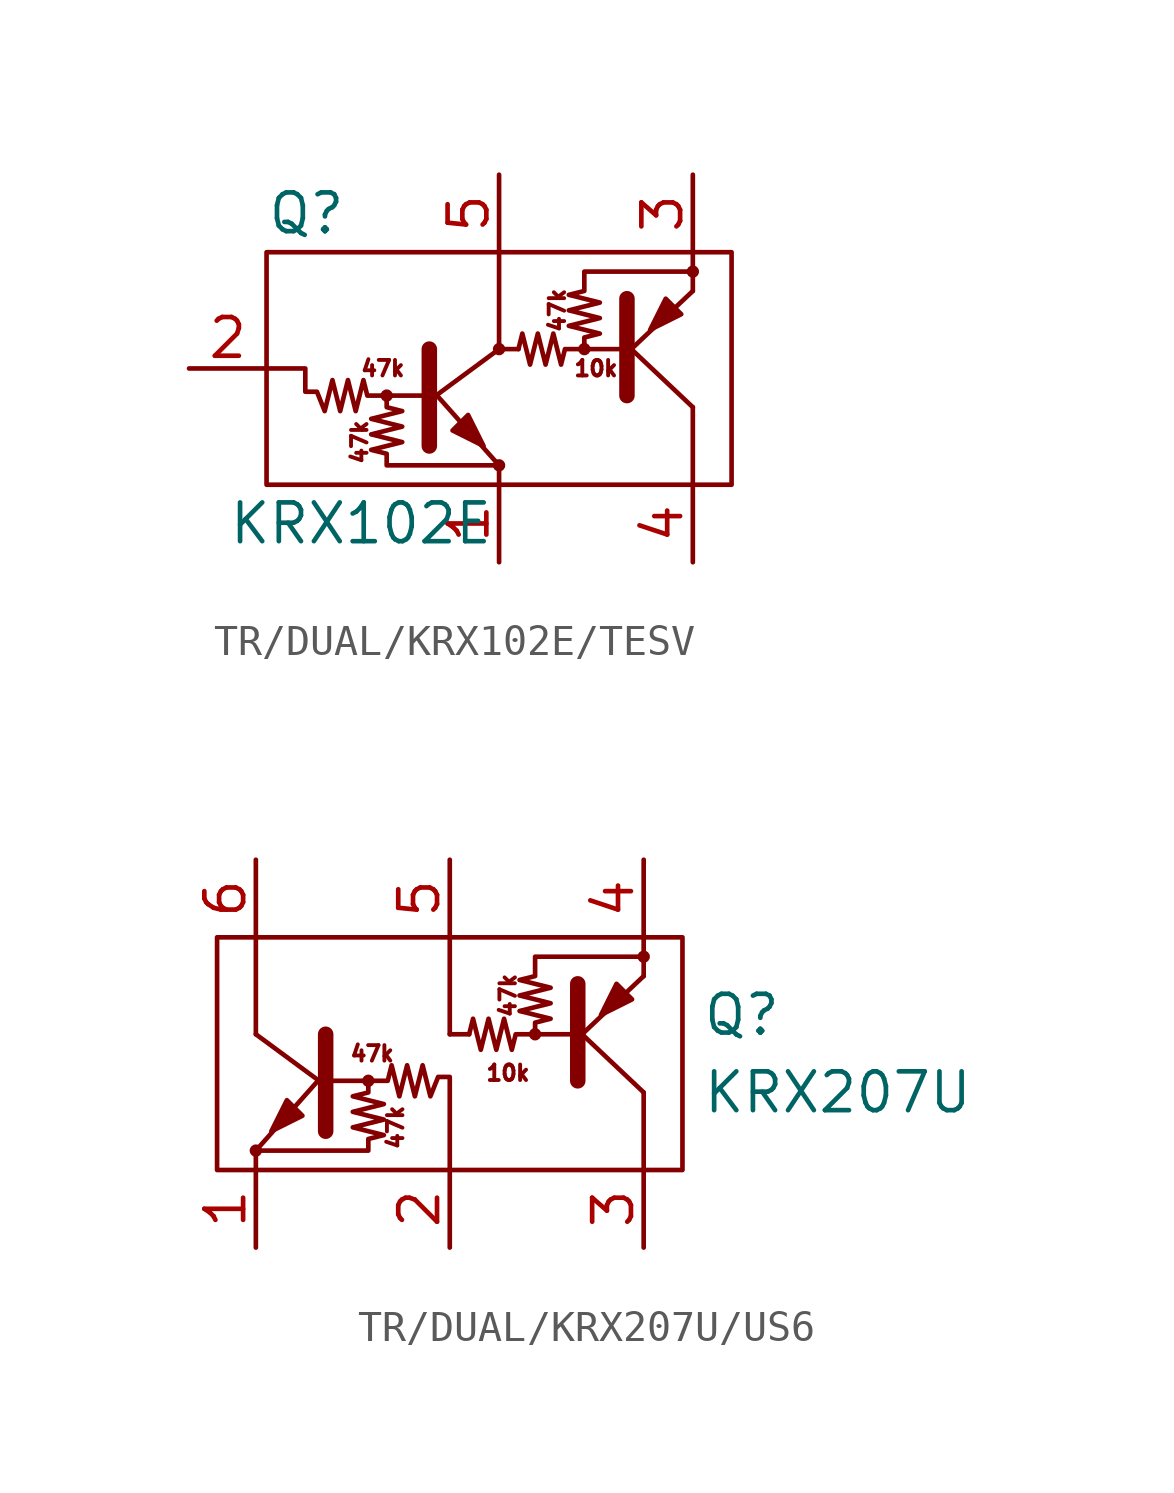
<source format=kicad_sym>
(kicad_symbol_lib
  (version 20220914)
  (generator kicad_symbol_editor)
  (symbol "TR/DUAL/KRX102E/TESV"
    (pin_names
      (offset 0) hide)
    (property "Reference" "Q"
      (at -7.62 5.08 0)
      (effects (font (size 1.27 1.27)) (justify left)))
    (property "Value" "KRX102E"
      (at -8.89 -5.08 0)
      (effects (font (size 1.27 1.27)) (justify left)))
    (symbol "TR/DUAL/KRX102E/TESV_0_0"
      (text "10k" (at 3.175 0 0) (effects (font (size 0.508 0.508))))
      (text "47k" (at -4.572 -2.413 900) (effects (font (size 0.508 0.508))))
      (text "47k" (at -3.81 0 0) (effects (font (size 0.508 0.508))))
      (text "47k" (at 1.905 1.905 900) (effects (font (size 0.508 0.508)))))
    (symbol "TR/DUAL/KRX102E/TESV_0_1"
      (rectangle (start -7.62 3.81) (end 7.62 -3.81) (stroke (width 0) (type default)) (fill (type none)))
      (circle (center -3.683 -0.889) (radius 0.127) (stroke (width 0) (type default)) (fill (type none)))
      (circle (center 0 -3.175) (radius 0.127) (stroke (width 0) (type default)) (fill (type none)))
      (polyline (pts (xy -2.413 -1.143) (xy 0 0.635)) (stroke (width 0) (type default)) (fill (type none)))
      (polyline (pts (xy -2.286 0.635) (xy -2.286 -2.54)) (stroke (width 0.508) (type default)) (fill (type outline)))
      (polyline (pts (xy 0 -3.81) (xy 0 -3.175)) (stroke (width 0) (type default)) (fill (type none)))
      (polyline (pts (xy 0 0.635) (xy 0 3.81)) (stroke (width 0) (type default)) (fill (type none)))
      (polyline (pts (xy 0.635 0.635) (xy 0 0.635)) (stroke (width 0) (type default)) (fill (type none)))
      (polyline (pts (xy 4.064 0.889) (xy 6.35 -1.27)) (stroke (width 0) (type default)) (fill (type none)))
      (polyline (pts (xy 4.191 -0.889) (xy 4.191 2.286)) (stroke (width 0.508) (type default)) (fill (type outline)))
      (polyline (pts (xy 6.35 -3.81) (xy 6.35 -1.27)) (stroke (width 0) (type default)) (fill (type none)))
      (polyline (pts (xy 6.35 2.54) (xy 6.35 3.81)) (stroke (width 0) (type default)) (fill (type none)))
      (polyline (pts (xy 0 -3.175) (xy -2.032 -0.889) (xy -2.032 -0.889)) (stroke (width 0) (type default)) (fill (type none)))
      (polyline (pts (xy 6.35 2.54) (xy 4.064 0.381) (xy 4.064 0.381)) (stroke (width 0) (type default)) (fill (type none)))
      (polyline (pts (xy -1.524 -2.032) (xy -1.016 -1.524) (xy -0.508 -2.54) (xy -1.524 -2.032)) (stroke (width 0) (type default)) (fill (type outline)))
      (polyline (pts (xy 5.461 2.286) (xy 5.969 1.778) (xy 4.953 1.27) (xy 5.461 2.286)) (stroke (width 0) (type default)) (fill (type outline)))
      (polyline (pts (xy 4.064 0.635) (xy 2.159 0.635) (xy 2.032 0.127) (xy 1.778 1.143) (xy 1.524 0.127) (xy 1.27 1.143) (xy 1.016 0.127) (xy 0.762 1.143) (xy 0.635 0.635)) (stroke (width 0) (type default)) (fill (type none)))
      (polyline (pts (xy -3.683 -0.889) (xy -3.683 -1.27) (xy -3.175 -1.397) (xy -4.191 -1.651) (xy -3.175 -1.905) (xy -4.191 -2.159) (xy -3.175 -2.413) (xy -4.191 -2.667) (xy -3.683 -2.794) (xy -3.683 -3.175) (xy 0 -3.175)) (stroke (width 0) (type default)) (fill (type none)))
      (polyline (pts (xy 2.794 0.635) (xy 2.794 1.016) (xy 3.302 1.143) (xy 2.286 1.397) (xy 3.302 1.651) (xy 2.286 1.905) (xy 3.302 2.159) (xy 2.286 2.413) (xy 2.794 2.54) (xy 2.794 3.175) (xy 6.35 3.175)) (stroke (width 0) (type default)) (fill (type none)))
      (polyline (pts (xy -2.413 -0.889) (xy -4.318 -0.889) (xy -4.445 -0.381) (xy -4.699 -1.397) (xy -4.953 -0.381) (xy -5.207 -1.397) (xy -5.461 -0.381) (xy -5.715 -1.397) (xy -5.969 -0.762) (xy -6.35 -0.762) (xy -6.35 0) (xy -7.62 0)) (stroke (width 0) (type default)) (fill (type none)))
      (circle (center 0 0.635) (radius 0.127) (stroke (width 0) (type default)) (fill (type none)))
      (circle (center 2.794 0.635) (radius 0.127) (stroke (width 0) (type default)) (fill (type none)))
      (circle (center 6.35 3.175) (radius 0.127) (stroke (width 0) (type default)) (fill (type none))))
    (symbol "TR/DUAL/KRX102E/TESV_1_1"
      (pin input line (at 0 -6.35 90) (length 2.54) (name "E1" (effects (font (size 1.27 1.27)))) (number "1" (effects (font (size 1.27 1.27)))))
      (pin passive line (at -10.16 0 0) (length 2.54) (name "B1" (effects (font (size 1.27 1.27)))) (number "2" (effects (font (size 1.27 1.27)))))
      (pin passive line (at 6.35 6.35 270) (length 2.54) (name "E2" (effects (font (size 1.27 1.27)))) (number "3" (effects (font (size 1.27 1.27)))))
      (pin passive line (at 6.35 -6.35 90) (length 2.54) (name "C2" (effects (font (size 1.27 1.27)))) (number "4" (effects (font (size 1.27 1.27)))))
      (pin passive line (at 0 6.35 270) (length 2.54) (name "C1B2" (effects (font (size 1.27 1.27)))) (number "5" (effects (font (size 1.27 1.27)))))))
  (symbol "TR/DUAL/KRX207U/US6"
    (pin_names
      (offset 0) hide)
    (property "Reference" "Q"
      (at 8.255 1.27 0)
      (effects (font (size 1.27 1.27)) (justify left)))
    (property "Value" "KRX207U"
      (at 8.255 -1.27 0)
      (effects (font (size 1.27 1.27)) (justify left)))
    (symbol "TR/DUAL/KRX207U/US6_0_0"
      (text "10k" (at 1.905 -0.635 0) (effects (font (size 0.508 0.508))))
      (text "47k" (at -2.54 0 0) (effects (font (size 0.508 0.508))))
      (text "47k" (at -1.778 -2.413 900) (effects (font (size 0.508 0.508))))
      (text "47k" (at 1.905 1.905 900) (effects (font (size 0.508 0.508)))))
    (symbol "TR/DUAL/KRX207U/US6_0_1"
      (rectangle (start -7.62 -3.81) (end 7.62 3.81) (stroke (width 0) (type default)) (fill (type none)))
      (circle (center -6.35 -3.175) (radius 0.127) (stroke (width 0) (type default)) (fill (type none)))
      (circle (center -2.667 -0.889) (radius 0.127) (stroke (width 0) (type default)) (fill (type none)))
      (polyline (pts (xy -6.35 -3.81) (xy -6.35 -3.175)) (stroke (width 0) (type default)) (fill (type none)))
      (polyline (pts (xy -6.35 0.635) (xy -6.35 3.81)) (stroke (width 0) (type default)) (fill (type none)))
      (polyline (pts (xy -4.064 0.635) (xy -4.064 -2.54)) (stroke (width 0.508) (type default)) (fill (type outline)))
      (polyline (pts (xy -3.937 -1.143) (xy -6.35 0.635)) (stroke (width 0) (type default)) (fill (type none)))
      (polyline (pts (xy 0 0.635) (xy 0 3.81)) (stroke (width 0) (type default)) (fill (type none)))
      (polyline (pts (xy 0.635 0.635) (xy 0 0.635)) (stroke (width 0) (type default)) (fill (type none)))
      (polyline (pts (xy 4.064 0.889) (xy 6.35 -1.27)) (stroke (width 0) (type default)) (fill (type none)))
      (polyline (pts (xy 4.191 -0.889) (xy 4.191 2.286)) (stroke (width 0.508) (type default)) (fill (type outline)))
      (polyline (pts (xy 6.35 -3.81) (xy 6.35 -1.27)) (stroke (width 0) (type default)) (fill (type none)))
      (polyline (pts (xy 6.35 2.54) (xy 6.35 3.81)) (stroke (width 0) (type default)) (fill (type none)))
      (polyline (pts (xy -6.35 -3.175) (xy -4.318 -0.889) (xy -4.318 -0.889)) (stroke (width 0) (type default)) (fill (type none)))
      (polyline (pts (xy 6.35 2.54) (xy 4.064 0.381) (xy 4.064 0.381)) (stroke (width 0) (type default)) (fill (type none)))
      (polyline (pts (xy -4.826 -2.032) (xy -5.334 -1.524) (xy -5.842 -2.54) (xy -4.826 -2.032)) (stroke (width 0) (type default)) (fill (type outline)))
      (polyline (pts (xy 5.461 2.286) (xy 5.969 1.778) (xy 4.953 1.27) (xy 5.461 2.286)) (stroke (width 0) (type default)) (fill (type outline)))
      (polyline (pts (xy 4.064 0.635) (xy 2.159 0.635) (xy 2.032 0.127) (xy 1.778 1.143) (xy 1.524 0.127) (xy 1.27 1.143) (xy 1.016 0.127) (xy 0.762 1.143) (xy 0.635 0.635)) (stroke (width 0) (type default)) (fill (type none)))
      (polyline (pts (xy -3.937 -0.889) (xy -2.032 -0.889) (xy -1.905 -0.381) (xy -1.651 -1.397) (xy -1.397 -0.381) (xy -1.143 -1.397) (xy -0.889 -0.381) (xy -0.635 -1.397) (xy -0.381 -0.762) (xy 0 -0.762) (xy 0 -3.81)) (stroke (width 0) (type default)) (fill (type none)))
      (polyline (pts (xy -2.667 -0.889) (xy -2.667 -1.27) (xy -3.175 -1.397) (xy -2.159 -1.651) (xy -3.175 -1.905) (xy -2.159 -2.159) (xy -3.175 -2.413) (xy -2.159 -2.667) (xy -2.667 -2.794) (xy -2.667 -3.175) (xy -6.35 -3.175)) (stroke (width 0) (type default)) (fill (type none)))
      (polyline (pts (xy 2.794 0.635) (xy 2.794 1.016) (xy 3.302 1.143) (xy 2.286 1.397) (xy 3.302 1.651) (xy 2.286 1.905) (xy 3.302 2.159) (xy 2.286 2.413) (xy 2.794 2.54) (xy 2.794 3.175) (xy 6.35 3.175)) (stroke (width 0) (type default)) (fill (type none)))
      (circle (center 2.794 0.635) (radius 0.127) (stroke (width 0) (type default)) (fill (type none)))
      (circle (center 6.35 3.175) (radius 0.127) (stroke (width 0) (type default)) (fill (type none))))
    (symbol "TR/DUAL/KRX207U/US6_1_1"
      (pin input line (at -6.35 -6.35 90) (length 2.54) (name "E1" (effects (font (size 1.27 1.27)))) (number "1" (effects (font (size 1.27 1.27)))))
      (pin passive line (at 0 -6.35 90) (length 2.54) (name "B1" (effects (font (size 1.27 1.27)))) (number "2" (effects (font (size 1.27 1.27)))))
      (pin passive line (at 6.35 -6.35 90) (length 2.54) (name "C2" (effects (font (size 1.27 1.27)))) (number "3" (effects (font (size 1.27 1.27)))))
      (pin passive line (at 6.35 6.35 270) (length 2.54) (name "E2" (effects (font (size 1.27 1.27)))) (number "4" (effects (font (size 1.27 1.27)))))
      (pin passive line (at 0 6.35 270) (length 2.54) (name "B2" (effects (font (size 1.27 1.27)))) (number "5" (effects (font (size 1.27 1.27)))))
      (pin passive line (at -6.35 6.35 270) (length 2.54) (name "C1" (effects (font (size 1.27 1.27)))) (number "6" (effects (font (size 1.27 1.27))))))))
</source>
